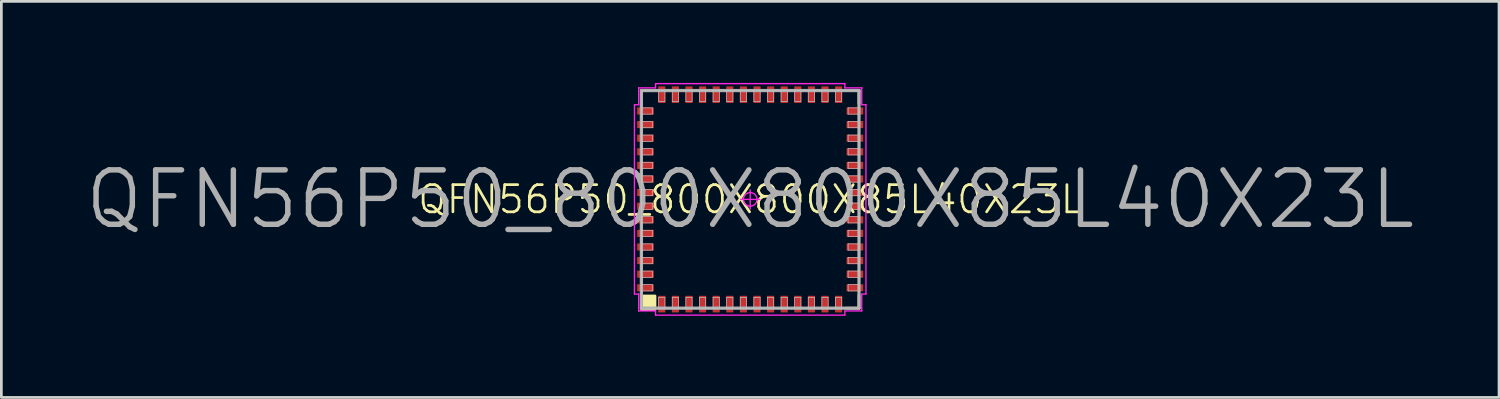
<source format=kicad_pcb>
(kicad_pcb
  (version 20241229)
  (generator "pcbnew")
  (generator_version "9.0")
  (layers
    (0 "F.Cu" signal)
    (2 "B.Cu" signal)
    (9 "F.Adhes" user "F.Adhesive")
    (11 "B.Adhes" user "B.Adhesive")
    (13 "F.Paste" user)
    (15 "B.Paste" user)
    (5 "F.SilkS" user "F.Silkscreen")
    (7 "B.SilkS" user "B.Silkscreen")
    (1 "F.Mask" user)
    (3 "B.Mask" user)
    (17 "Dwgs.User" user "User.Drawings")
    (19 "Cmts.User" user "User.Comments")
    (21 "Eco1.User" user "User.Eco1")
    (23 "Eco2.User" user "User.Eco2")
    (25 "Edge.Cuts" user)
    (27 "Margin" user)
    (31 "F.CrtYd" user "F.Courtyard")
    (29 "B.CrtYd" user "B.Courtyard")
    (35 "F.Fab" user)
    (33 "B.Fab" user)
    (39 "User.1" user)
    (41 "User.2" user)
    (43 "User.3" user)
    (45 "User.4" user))
  (footprint "QFN56P50_800X800X85L40X23L"
    (layer "F.Cu")
    (at 24.529 4.28)
    (property "Reference" "QFN56P50_800X800X85L40X23L" (at 0 0 0) (layer "F.SilkS") (effects (font (size 1 1) (thickness 0.1))))
    (attr smd)
    (fp_line (start -4 -4) (end -4 -3.53) (stroke (width 0.1) (type solid)) (layer "F.SilkS"))
    (fp_line (start -4 4) (end -4 3.53) (stroke (width 0.1) (type solid)) (layer "F.SilkS"))
    (fp_line (start -3.53 -4) (end -4 -4) (stroke (width 0.1) (type solid)) (layer "F.SilkS"))
    (fp_line (start -3.53 4) (end -4 4) (stroke (width 0.1) (type solid)) (layer "F.SilkS"))
    (fp_line (start 3.53 -4) (end 4 -4) (stroke (width 0.1) (type solid)) (layer "F.SilkS"))
    (fp_line (start 3.53 4) (end 4 4) (stroke (width 0.1) (type solid)) (layer "F.SilkS"))
    (fp_line (start 4 -4) (end 4 -3.53) (stroke (width 0.1) (type solid)) (layer "F.SilkS"))
    (fp_line (start 4 4) (end 4 3.53) (stroke (width 0.1) (type solid)) (layer "F.SilkS"))
    (fp_poly (pts (xy -3.5 4.05) (xy -4 4.05) (xy -4 3.55) (xy -3.5 3.55)) (stroke (width 0.1) (type solid)) (fill yes) (layer "F.SilkS"))
    (fp_line (start -4 -4) (end 4 -4) (stroke (width 0.025) (type solid)) (layer "Dwgs.User"))
    (fp_line (start -4 -3.365) (end -3.6 -3.365) (stroke (width 0.025) (type solid)) (layer "Dwgs.User"))
    (fp_line (start -4 -3.135) (end -4 -3.365) (stroke (width 0.025) (type solid)) (layer "Dwgs.User"))
    (fp_line (start -4 -2.865) (end -3.6 -2.865) (stroke (width 0.025) (type solid)) (layer "Dwgs.User"))
    (fp_line (start -4 -2.635) (end -4 -2.865) (stroke (width 0.025) (type solid)) (layer "Dwgs.User"))
    (fp_line (start -4 -2.365) (end -3.6 -2.365) (stroke (width 0.025) (type solid)) (layer "Dwgs.User"))
    (fp_line (start -4 -2.135) (end -4 -2.365) (stroke (width 0.025) (type solid)) (layer "Dwgs.User"))
    (fp_line (start -4 -1.865) (end -3.6 -1.865) (stroke (width 0.025) (type solid)) (layer "Dwgs.User"))
    (fp_line (start -4 -1.635) (end -4 -1.865) (stroke (width 0.025) (type solid)) (layer "Dwgs.User"))
    (fp_line (start -4 -1.365) (end -3.6 -1.365) (stroke (width 0.025) (type solid)) (layer "Dwgs.User"))
    (fp_line (start -4 -1.135) (end -4 -1.365) (stroke (width 0.025) (type solid)) (layer "Dwgs.User"))
    (fp_line (start -4 -0.865) (end -3.6 -0.865) (stroke (width 0.025) (type solid)) (layer "Dwgs.User"))
    (fp_line (start -4 -0.635) (end -4 -0.865) (stroke (width 0.025) (type solid)) (layer "Dwgs.User"))
    (fp_line (start -4 -0.365) (end -3.6 -0.365) (stroke (width 0.025) (type solid)) (layer "Dwgs.User"))
    (fp_line (start -4 -0.135) (end -4 -0.365) (stroke (width 0.025) (type solid)) (layer "Dwgs.User"))
    (fp_line (start -4 0.135) (end -3.6 0.135) (stroke (width 0.025) (type solid)) (layer "Dwgs.User"))
    (fp_line (start -4 0.365) (end -4 0.135) (stroke (width 0.025) (type solid)) (layer "Dwgs.User"))
    (fp_line (start -4 0.635) (end -3.6 0.635) (stroke (width 0.025) (type solid)) (layer "Dwgs.User"))
    (fp_line (start -4 0.865) (end -4 0.635) (stroke (width 0.025) (type solid)) (layer "Dwgs.User"))
    (fp_line (start -4 1.135) (end -3.6 1.135) (stroke (width 0.025) (type solid)) (layer "Dwgs.User"))
    (fp_line (start -4 1.365) (end -4 1.135) (stroke (width 0.025) (type solid)) (layer "Dwgs.User"))
    (fp_line (start -4 1.635) (end -3.6 1.635) (stroke (width 0.025) (type solid)) (layer "Dwgs.User"))
    (fp_line (start -4 1.865) (end -4 1.635) (stroke (width 0.025) (type solid)) (layer "Dwgs.User"))
    (fp_line (start -4 2.135) (end -3.6 2.135) (stroke (width 0.025) (type solid)) (layer "Dwgs.User"))
    (fp_line (start -4 2.365) (end -4 2.135) (stroke (width 0.025) (type solid)) (layer "Dwgs.User"))
    (fp_line (start -4 2.635) (end -3.6 2.635) (stroke (width 0.025) (type solid)) (layer "Dwgs.User"))
    (fp_line (start -4 2.865) (end -4 2.635) (stroke (width 0.025) (type solid)) (layer "Dwgs.User"))
    (fp_line (start -4 3.135) (end -3.6 3.135) (stroke (width 0.025) (type solid)) (layer "Dwgs.User"))
    (fp_line (start -4 3.365) (end -4 3.135) (stroke (width 0.025) (type solid)) (layer "Dwgs.User"))
    (fp_line (start -4 4) (end -4 -4) (stroke (width 0.025) (type solid)) (layer "Dwgs.User"))
    (fp_line (start -3.6 -3.365) (end -3.6 -3.135) (stroke (width 0.025) (type solid)) (layer "Dwgs.User"))
    (fp_line (start -3.6 -3.135) (end -4 -3.135) (stroke (width 0.025) (type solid)) (layer "Dwgs.User"))
    (fp_line (start -3.6 -2.865) (end -3.6 -2.635) (stroke (width 0.025) (type solid)) (layer "Dwgs.User"))
    (fp_line (start -3.6 -2.635) (end -4 -2.635) (stroke (width 0.025) (type solid)) (layer "Dwgs.User"))
    (fp_line (start -3.6 -2.365) (end -3.6 -2.135) (stroke (width 0.025) (type solid)) (layer "Dwgs.User"))
    (fp_line (start -3.6 -2.135) (end -4 -2.135) (stroke (width 0.025) (type solid)) (layer "Dwgs.User"))
    (fp_line (start -3.6 -1.865) (end -3.6 -1.635) (stroke (width 0.025) (type solid)) (layer "Dwgs.User"))
    (fp_line (start -3.6 -1.635) (end -4 -1.635) (stroke (width 0.025) (type solid)) (layer "Dwgs.User"))
    (fp_line (start -3.6 -1.365) (end -3.6 -1.135) (stroke (width 0.025) (type solid)) (layer "Dwgs.User"))
    (fp_line (start -3.6 -1.135) (end -4 -1.135) (stroke (width 0.025) (type solid)) (layer "Dwgs.User"))
    (fp_line (start -3.6 -0.865) (end -3.6 -0.635) (stroke (width 0.025) (type solid)) (layer "Dwgs.User"))
    (fp_line (start -3.6 -0.635) (end -4 -0.635) (stroke (width 0.025) (type solid)) (layer "Dwgs.User"))
    (fp_line (start -3.6 -0.365) (end -3.6 -0.135) (stroke (width 0.025) (type solid)) (layer "Dwgs.User"))
    (fp_line (start -3.6 -0.135) (end -4 -0.135) (stroke (width 0.025) (type solid)) (layer "Dwgs.User"))
    (fp_line (start -3.6 0.135) (end -3.6 0.365) (stroke (width 0.025) (type solid)) (layer "Dwgs.User"))
    (fp_line (start -3.6 0.365) (end -4 0.365) (stroke (width 0.025) (type solid)) (layer "Dwgs.User"))
    (fp_line (start -3.6 0.635) (end -3.6 0.865) (stroke (width 0.025) (type solid)) (layer "Dwgs.User"))
    (fp_line (start -3.6 0.865) (end -4 0.865) (stroke (width 0.025) (type solid)) (layer "Dwgs.User"))
    (fp_line (start -3.6 1.135) (end -3.6 1.365) (stroke (width 0.025) (type solid)) (layer "Dwgs.User"))
    (fp_line (start -3.6 1.365) (end -4 1.365) (stroke (width 0.025) (type solid)) (layer "Dwgs.User"))
    (fp_line (start -3.6 1.635) (end -3.6 1.865) (stroke (width 0.025) (type solid)) (layer "Dwgs.User"))
    (fp_line (start -3.6 1.865) (end -4 1.865) (stroke (width 0.025) (type solid)) (layer "Dwgs.User"))
    (fp_line (start -3.6 2.135) (end -3.6 2.365) (stroke (width 0.025) (type solid)) (layer "Dwgs.User"))
    (fp_line (start -3.6 2.365) (end -4 2.365) (stroke (width 0.025) (type solid)) (layer "Dwgs.User"))
    (fp_line (start -3.6 2.635) (end -3.6 2.865) (stroke (width 0.025) (type solid)) (layer "Dwgs.User"))
    (fp_line (start -3.6 2.865) (end -4 2.865) (stroke (width 0.025) (type solid)) (layer "Dwgs.User"))
    (fp_line (start -3.6 3.135) (end -3.6 3.365) (stroke (width 0.025) (type solid)) (layer "Dwgs.User"))
    (fp_line (start -3.6 3.365) (end -4 3.365) (stroke (width 0.025) (type solid)) (layer "Dwgs.User"))
    (fp_line (start -3.365 -4) (end -3.135 -4) (stroke (width 0.025) (type solid)) (layer "Dwgs.User"))
    (fp_line (start -3.365 -3.6) (end -3.365 -4) (stroke (width 0.025) (type solid)) (layer "Dwgs.User"))
    (fp_line (start -3.365 3.6) (end -3.135 3.6) (stroke (width 0.025) (type solid)) (layer "Dwgs.User"))
    (fp_line (start -3.365 4) (end -3.365 3.6) (stroke (width 0.025) (type solid)) (layer "Dwgs.User"))
    (fp_line (start -3.135 -4) (end -3.135 -3.6) (stroke (width 0.025) (type solid)) (layer "Dwgs.User"))
    (fp_line (start -3.135 -3.6) (end -3.365 -3.6) (stroke (width 0.025) (type solid)) (layer "Dwgs.User"))
    (fp_line (start -3.135 3.6) (end -3.135 4) (stroke (width 0.025) (type solid)) (layer "Dwgs.User"))
    (fp_line (start -3.135 4) (end -3.365 4) (stroke (width 0.025) (type solid)) (layer "Dwgs.User"))
    (fp_line (start -2.865 -4) (end -2.635 -4) (stroke (width 0.025) (type solid)) (layer "Dwgs.User"))
    (fp_line (start -2.865 -3.6) (end -2.865 -4) (stroke (width 0.025) (type solid)) (layer "Dwgs.User"))
    (fp_line (start -2.865 3.6) (end -2.635 3.6) (stroke (width 0.025) (type solid)) (layer "Dwgs.User"))
    (fp_line (start -2.865 4) (end -2.865 3.6) (stroke (width 0.025) (type solid)) (layer "Dwgs.User"))
    (fp_line (start -2.635 -4) (end -2.635 -3.6) (stroke (width 0.025) (type solid)) (layer "Dwgs.User"))
    (fp_line (start -2.635 -3.6) (end -2.865 -3.6) (stroke (width 0.025) (type solid)) (layer "Dwgs.User"))
    (fp_line (start -2.635 3.6) (end -2.635 4) (stroke (width 0.025) (type solid)) (layer "Dwgs.User"))
    (fp_line (start -2.635 4) (end -2.865 4) (stroke (width 0.025) (type solid)) (layer "Dwgs.User"))
    (fp_line (start -2.365 -4) (end -2.135 -4) (stroke (width 0.025) (type solid)) (layer "Dwgs.User"))
    (fp_line (start -2.365 -3.6) (end -2.365 -4) (stroke (width 0.025) (type solid)) (layer "Dwgs.User"))
    (fp_line (start -2.365 3.6) (end -2.135 3.6) (stroke (width 0.025) (type solid)) (layer "Dwgs.User"))
    (fp_line (start -2.365 4) (end -2.365 3.6) (stroke (width 0.025) (type solid)) (layer "Dwgs.User"))
    (fp_line (start -2.135 -4) (end -2.135 -3.6) (stroke (width 0.025) (type solid)) (layer "Dwgs.User"))
    (fp_line (start -2.135 -3.6) (end -2.365 -3.6) (stroke (width 0.025) (type solid)) (layer "Dwgs.User"))
    (fp_line (start -2.135 3.6) (end -2.135 4) (stroke (width 0.025) (type solid)) (layer "Dwgs.User"))
    (fp_line (start -2.135 4) (end -2.365 4) (stroke (width 0.025) (type solid)) (layer "Dwgs.User"))
    (fp_line (start -1.865 -4) (end -1.635 -4) (stroke (width 0.025) (type solid)) (layer "Dwgs.User"))
    (fp_line (start -1.865 -3.6) (end -1.865 -4) (stroke (width 0.025) (type solid)) (layer "Dwgs.User"))
    (fp_line (start -1.865 3.6) (end -1.635 3.6) (stroke (width 0.025) (type solid)) (layer "Dwgs.User"))
    (fp_line (start -1.865 4) (end -1.865 3.6) (stroke (width 0.025) (type solid)) (layer "Dwgs.User"))
    (fp_line (start -1.635 -4) (end -1.635 -3.6) (stroke (width 0.025) (type solid)) (layer "Dwgs.User"))
    (fp_line (start -1.635 -3.6) (end -1.865 -3.6) (stroke (width 0.025) (type solid)) (layer "Dwgs.User"))
    (fp_line (start -1.635 3.6) (end -1.635 4) (stroke (width 0.025) (type solid)) (layer "Dwgs.User"))
    (fp_line (start -1.635 4) (end -1.865 4) (stroke (width 0.025) (type solid)) (layer "Dwgs.User"))
    (fp_line (start -1.365 -4) (end -1.135 -4) (stroke (width 0.025) (type solid)) (layer "Dwgs.User"))
    (fp_line (start -1.365 -3.6) (end -1.365 -4) (stroke (width 0.025) (type solid)) (layer "Dwgs.User"))
    (fp_line (start -1.365 3.6) (end -1.135 3.6) (stroke (width 0.025) (type solid)) (layer "Dwgs.User"))
    (fp_line (start -1.365 4) (end -1.365 3.6) (stroke (width 0.025) (type solid)) (layer "Dwgs.User"))
    (fp_line (start -1.135 -4) (end -1.135 -3.6) (stroke (width 0.025) (type solid)) (layer "Dwgs.User"))
    (fp_line (start -1.135 -3.6) (end -1.365 -3.6) (stroke (width 0.025) (type solid)) (layer "Dwgs.User"))
    (fp_line (start -1.135 3.6) (end -1.135 4) (stroke (width 0.025) (type solid)) (layer "Dwgs.User"))
    (fp_line (start -1.135 4) (end -1.365 4) (stroke (width 0.025) (type solid)) (layer "Dwgs.User"))
    (fp_line (start -0.865 -4) (end -0.635 -4) (stroke (width 0.025) (type solid)) (layer "Dwgs.User"))
    (fp_line (start -0.865 -3.6) (end -0.865 -4) (stroke (width 0.025) (type solid)) (layer "Dwgs.User"))
    (fp_line (start -0.865 3.6) (end -0.635 3.6) (stroke (width 0.025) (type solid)) (layer "Dwgs.User"))
    (fp_line (start -0.865 4) (end -0.865 3.6) (stroke (width 0.025) (type solid)) (layer "Dwgs.User"))
    (fp_line (start -0.635 -4) (end -0.635 -3.6) (stroke (width 0.025) (type solid)) (layer "Dwgs.User"))
    (fp_line (start -0.635 -3.6) (end -0.865 -3.6) (stroke (width 0.025) (type solid)) (layer "Dwgs.User"))
    (fp_line (start -0.635 3.6) (end -0.635 4) (stroke (width 0.025) (type solid)) (layer "Dwgs.User"))
    (fp_line (start -0.635 4) (end -0.865 4) (stroke (width 0.025) (type solid)) (layer "Dwgs.User"))
    (fp_line (start -0.365 -4) (end -0.135 -4) (stroke (width 0.025) (type solid)) (layer "Dwgs.User"))
    (fp_line (start -0.365 -3.6) (end -0.365 -4) (stroke (width 0.025) (type solid)) (layer "Dwgs.User"))
    (fp_line (start -0.365 3.6) (end -0.135 3.6) (stroke (width 0.025) (type solid)) (layer "Dwgs.User"))
    (fp_line (start -0.365 4) (end -0.365 3.6) (stroke (width 0.025) (type solid)) (layer "Dwgs.User"))
    (fp_line (start -0.135 -4) (end -0.135 -3.6) (stroke (width 0.025) (type solid)) (layer "Dwgs.User"))
    (fp_line (start -0.135 -3.6) (end -0.365 -3.6) (stroke (width 0.025) (type solid)) (layer "Dwgs.User"))
    (fp_line (start -0.135 3.6) (end -0.135 4) (stroke (width 0.025) (type solid)) (layer "Dwgs.User"))
    (fp_line (start -0.135 4) (end -0.365 4) (stroke (width 0.025) (type solid)) (layer "Dwgs.User"))
    (fp_line (start 0.135 -4) (end 0.365 -4) (stroke (width 0.025) (type solid)) (layer "Dwgs.User"))
    (fp_line (start 0.135 -3.6) (end 0.135 -4) (stroke (width 0.025) (type solid)) (layer "Dwgs.User"))
    (fp_line (start 0.135 3.6) (end 0.365 3.6) (stroke (width 0.025) (type solid)) (layer "Dwgs.User"))
    (fp_line (start 0.135 4) (end 0.135 3.6) (stroke (width 0.025) (type solid)) (layer "Dwgs.User"))
    (fp_line (start 0.365 -4) (end 0.365 -3.6) (stroke (width 0.025) (type solid)) (layer "Dwgs.User"))
    (fp_line (start 0.365 -3.6) (end 0.135 -3.6) (stroke (width 0.025) (type solid)) (layer "Dwgs.User"))
    (fp_line (start 0.365 3.6) (end 0.365 4) (stroke (width 0.025) (type solid)) (layer "Dwgs.User"))
    (fp_line (start 0.365 4) (end 0.135 4) (stroke (width 0.025) (type solid)) (layer "Dwgs.User"))
    (fp_line (start 0.635 -4) (end 0.865 -4) (stroke (width 0.025) (type solid)) (layer "Dwgs.User"))
    (fp_line (start 0.635 -3.6) (end 0.635 -4) (stroke (width 0.025) (type solid)) (layer "Dwgs.User"))
    (fp_line (start 0.635 3.6) (end 0.865 3.6) (stroke (width 0.025) (type solid)) (layer "Dwgs.User"))
    (fp_line (start 0.635 4) (end 0.635 3.6) (stroke (width 0.025) (type solid)) (layer "Dwgs.User"))
    (fp_line (start 0.865 -4) (end 0.865 -3.6) (stroke (width 0.025) (type solid)) (layer "Dwgs.User"))
    (fp_line (start 0.865 -3.6) (end 0.635 -3.6) (stroke (width 0.025) (type solid)) (layer "Dwgs.User"))
    (fp_line (start 0.865 3.6) (end 0.865 4) (stroke (width 0.025) (type solid)) (layer "Dwgs.User"))
    (fp_line (start 0.865 4) (end 0.635 4) (stroke (width 0.025) (type solid)) (layer "Dwgs.User"))
    (fp_line (start 1.135 -4) (end 1.365 -4) (stroke (width 0.025) (type solid)) (layer "Dwgs.User"))
    (fp_line (start 1.135 -3.6) (end 1.135 -4) (stroke (width 0.025) (type solid)) (layer "Dwgs.User"))
    (fp_line (start 1.135 3.6) (end 1.365 3.6) (stroke (width 0.025) (type solid)) (layer "Dwgs.User"))
    (fp_line (start 1.135 4) (end 1.135 3.6) (stroke (width 0.025) (type solid)) (layer "Dwgs.User"))
    (fp_line (start 1.365 -4) (end 1.365 -3.6) (stroke (width 0.025) (type solid)) (layer "Dwgs.User"))
    (fp_line (start 1.365 -3.6) (end 1.135 -3.6) (stroke (width 0.025) (type solid)) (layer "Dwgs.User"))
    (fp_line (start 1.365 3.6) (end 1.365 4) (stroke (width 0.025) (type solid)) (layer "Dwgs.User"))
    (fp_line (start 1.365 4) (end 1.135 4) (stroke (width 0.025) (type solid)) (layer "Dwgs.User"))
    (fp_line (start 1.635 -4) (end 1.865 -4) (stroke (width 0.025) (type solid)) (layer "Dwgs.User"))
    (fp_line (start 1.635 -3.6) (end 1.635 -4) (stroke (width 0.025) (type solid)) (layer "Dwgs.User"))
    (fp_line (start 1.635 3.6) (end 1.865 3.6) (stroke (width 0.025) (type solid)) (layer "Dwgs.User"))
    (fp_line (start 1.635 4) (end 1.635 3.6) (stroke (width 0.025) (type solid)) (layer "Dwgs.User"))
    (fp_line (start 1.865 -4) (end 1.865 -3.6) (stroke (width 0.025) (type solid)) (layer "Dwgs.User"))
    (fp_line (start 1.865 -3.6) (end 1.635 -3.6) (stroke (width 0.025) (type solid)) (layer "Dwgs.User"))
    (fp_line (start 1.865 3.6) (end 1.865 4) (stroke (width 0.025) (type solid)) (layer "Dwgs.User"))
    (fp_line (start 1.865 4) (end 1.635 4) (stroke (width 0.025) (type solid)) (layer "Dwgs.User"))
    (fp_line (start 2.135 -4) (end 2.365 -4) (stroke (width 0.025) (type solid)) (layer "Dwgs.User"))
    (fp_line (start 2.135 -3.6) (end 2.135 -4) (stroke (width 0.025) (type solid)) (layer "Dwgs.User"))
    (fp_line (start 2.135 3.6) (end 2.365 3.6) (stroke (width 0.025) (type solid)) (layer "Dwgs.User"))
    (fp_line (start 2.135 4) (end 2.135 3.6) (stroke (width 0.025) (type solid)) (layer "Dwgs.User"))
    (fp_line (start 2.365 -4) (end 2.365 -3.6) (stroke (width 0.025) (type solid)) (layer "Dwgs.User"))
    (fp_line (start 2.365 -3.6) (end 2.135 -3.6) (stroke (width 0.025) (type solid)) (layer "Dwgs.User"))
    (fp_line (start 2.365 3.6) (end 2.365 4) (stroke (width 0.025) (type solid)) (layer "Dwgs.User"))
    (fp_line (start 2.365 4) (end 2.135 4) (stroke (width 0.025) (type solid)) (layer "Dwgs.User"))
    (fp_line (start 2.635 -4) (end 2.865 -4) (stroke (width 0.025) (type solid)) (layer "Dwgs.User"))
    (fp_line (start 2.635 -3.6) (end 2.635 -4) (stroke (width 0.025) (type solid)) (layer "Dwgs.User"))
    (fp_line (start 2.635 3.6) (end 2.865 3.6) (stroke (width 0.025) (type solid)) (layer "Dwgs.User"))
    (fp_line (start 2.635 4) (end 2.635 3.6) (stroke (width 0.025) (type solid)) (layer "Dwgs.User"))
    (fp_line (start 2.865 -4) (end 2.865 -3.6) (stroke (width 0.025) (type solid)) (layer "Dwgs.User"))
    (fp_line (start 2.865 -3.6) (end 2.635 -3.6) (stroke (width 0.025) (type solid)) (layer "Dwgs.User"))
    (fp_line (start 2.865 3.6) (end 2.865 4) (stroke (width 0.025) (type solid)) (layer "Dwgs.User"))
    (fp_line (start 2.865 4) (end 2.635 4) (stroke (width 0.025) (type solid)) (layer "Dwgs.User"))
    (fp_line (start 3.135 -4) (end 3.365 -4) (stroke (width 0.025) (type solid)) (layer "Dwgs.User"))
    (fp_line (start 3.135 -3.6) (end 3.135 -4) (stroke (width 0.025) (type solid)) (layer "Dwgs.User"))
    (fp_line (start 3.135 3.6) (end 3.365 3.6) (stroke (width 0.025) (type solid)) (layer "Dwgs.User"))
    (fp_line (start 3.135 4) (end 3.135 3.6) (stroke (width 0.025) (type solid)) (layer "Dwgs.User"))
    (fp_line (start 3.365 -4) (end 3.365 -3.6) (stroke (width 0.025) (type solid)) (layer "Dwgs.User"))
    (fp_line (start 3.365 -3.6) (end 3.135 -3.6) (stroke (width 0.025) (type solid)) (layer "Dwgs.User"))
    (fp_line (start 3.365 3.6) (end 3.365 4) (stroke (width 0.025) (type solid)) (layer "Dwgs.User"))
    (fp_line (start 3.365 4) (end 3.135 4) (stroke (width 0.025) (type solid)) (layer "Dwgs.User"))
    (fp_line (start 3.6 -3.365) (end 4 -3.365) (stroke (width 0.025) (type solid)) (layer "Dwgs.User"))
    (fp_line (start 3.6 -3.135) (end 3.6 -3.365) (stroke (width 0.025) (type solid)) (layer "Dwgs.User"))
    (fp_line (start 3.6 -2.865) (end 4 -2.865) (stroke (width 0.025) (type solid)) (layer "Dwgs.User"))
    (fp_line (start 3.6 -2.635) (end 3.6 -2.865) (stroke (width 0.025) (type solid)) (layer "Dwgs.User"))
    (fp_line (start 3.6 -2.365) (end 4 -2.365) (stroke (width 0.025) (type solid)) (layer "Dwgs.User"))
    (fp_line (start 3.6 -2.135) (end 3.6 -2.365) (stroke (width 0.025) (type solid)) (layer "Dwgs.User"))
    (fp_line (start 3.6 -1.865) (end 4 -1.865) (stroke (width 0.025) (type solid)) (layer "Dwgs.User"))
    (fp_line (start 3.6 -1.635) (end 3.6 -1.865) (stroke (width 0.025) (type solid)) (layer "Dwgs.User"))
    (fp_line (start 3.6 -1.365) (end 4 -1.365) (stroke (width 0.025) (type solid)) (layer "Dwgs.User"))
    (fp_line (start 3.6 -1.135) (end 3.6 -1.365) (stroke (width 0.025) (type solid)) (layer "Dwgs.User"))
    (fp_line (start 3.6 -0.865) (end 4 -0.865) (stroke (width 0.025) (type solid)) (layer "Dwgs.User"))
    (fp_line (start 3.6 -0.635) (end 3.6 -0.865) (stroke (width 0.025) (type solid)) (layer "Dwgs.User"))
    (fp_line (start 3.6 -0.365) (end 4 -0.365) (stroke (width 0.025) (type solid)) (layer "Dwgs.User"))
    (fp_line (start 3.6 -0.135) (end 3.6 -0.365) (stroke (width 0.025) (type solid)) (layer "Dwgs.User"))
    (fp_line (start 3.6 0.135) (end 4 0.135) (stroke (width 0.025) (type solid)) (layer "Dwgs.User"))
    (fp_line (start 3.6 0.365) (end 3.6 0.135) (stroke (width 0.025) (type solid)) (layer "Dwgs.User"))
    (fp_line (start 3.6 0.635) (end 4 0.635) (stroke (width 0.025) (type solid)) (layer "Dwgs.User"))
    (fp_line (start 3.6 0.865) (end 3.6 0.635) (stroke (width 0.025) (type solid)) (layer "Dwgs.User"))
    (fp_line (start 3.6 1.135) (end 4 1.135) (stroke (width 0.025) (type solid)) (layer "Dwgs.User"))
    (fp_line (start 3.6 1.365) (end 3.6 1.135) (stroke (width 0.025) (type solid)) (layer "Dwgs.User"))
    (fp_line (start 3.6 1.635) (end 4 1.635) (stroke (width 0.025) (type solid)) (layer "Dwgs.User"))
    (fp_line (start 3.6 1.865) (end 3.6 1.635) (stroke (width 0.025) (type solid)) (layer "Dwgs.User"))
    (fp_line (start 3.6 2.135) (end 4 2.135) (stroke (width 0.025) (type solid)) (layer "Dwgs.User"))
    (fp_line (start 3.6 2.365) (end 3.6 2.135) (stroke (width 0.025) (type solid)) (layer "Dwgs.User"))
    (fp_line (start 3.6 2.635) (end 4 2.635) (stroke (width 0.025) (type solid)) (layer "Dwgs.User"))
    (fp_line (start 3.6 2.865) (end 3.6 2.635) (stroke (width 0.025) (type solid)) (layer "Dwgs.User"))
    (fp_line (start 3.6 3.135) (end 4 3.135) (stroke (width 0.025) (type solid)) (layer "Dwgs.User"))
    (fp_line (start 3.6 3.365) (end 3.6 3.135) (stroke (width 0.025) (type solid)) (layer "Dwgs.User"))
    (fp_line (start 4 -4) (end 4 4) (stroke (width 0.025) (type solid)) (layer "Dwgs.User"))
    (fp_line (start 4 -3.365) (end 4 -3.135) (stroke (width 0.025) (type solid)) (layer "Dwgs.User"))
    (fp_line (start 4 -3.135) (end 3.6 -3.135) (stroke (width 0.025) (type solid)) (layer "Dwgs.User"))
    (fp_line (start 4 -2.865) (end 4 -2.635) (stroke (width 0.025) (type solid)) (layer "Dwgs.User"))
    (fp_line (start 4 -2.635) (end 3.6 -2.635) (stroke (width 0.025) (type solid)) (layer "Dwgs.User"))
    (fp_line (start 4 -2.365) (end 4 -2.135) (stroke (width 0.025) (type solid)) (layer "Dwgs.User"))
    (fp_line (start 4 -2.135) (end 3.6 -2.135) (stroke (width 0.025) (type solid)) (layer "Dwgs.User"))
    (fp_line (start 4 -1.865) (end 4 -1.635) (stroke (width 0.025) (type solid)) (layer "Dwgs.User"))
    (fp_line (start 4 -1.635) (end 3.6 -1.635) (stroke (width 0.025) (type solid)) (layer "Dwgs.User"))
    (fp_line (start 4 -1.365) (end 4 -1.135) (stroke (width 0.025) (type solid)) (layer "Dwgs.User"))
    (fp_line (start 4 -1.135) (end 3.6 -1.135) (stroke (width 0.025) (type solid)) (layer "Dwgs.User"))
    (fp_line (start 4 -0.865) (end 4 -0.635) (stroke (width 0.025) (type solid)) (layer "Dwgs.User"))
    (fp_line (start 4 -0.635) (end 3.6 -0.635) (stroke (width 0.025) (type solid)) (layer "Dwgs.User"))
    (fp_line (start 4 -0.365) (end 4 -0.135) (stroke (width 0.025) (type solid)) (layer "Dwgs.User"))
    (fp_line (start 4 -0.135) (end 3.6 -0.135) (stroke (width 0.025) (type solid)) (layer "Dwgs.User"))
    (fp_line (start 4 0.135) (end 4 0.365) (stroke (width 0.025) (type solid)) (layer "Dwgs.User"))
    (fp_line (start 4 0.365) (end 3.6 0.365) (stroke (width 0.025) (type solid)) (layer "Dwgs.User"))
    (fp_line (start 4 0.635) (end 4 0.865) (stroke (width 0.025) (type solid)) (layer "Dwgs.User"))
    (fp_line (start 4 0.865) (end 3.6 0.865) (stroke (width 0.025) (type solid)) (layer "Dwgs.User"))
    (fp_line (start 4 1.135) (end 4 1.365) (stroke (width 0.025) (type solid)) (layer "Dwgs.User"))
    (fp_line (start 4 1.365) (end 3.6 1.365) (stroke (width 0.025) (type solid)) (layer "Dwgs.User"))
    (fp_line (start 4 1.635) (end 4 1.865) (stroke (width 0.025) (type solid)) (layer "Dwgs.User"))
    (fp_line (start 4 1.865) (end 3.6 1.865) (stroke (width 0.025) (type solid)) (layer "Dwgs.User"))
    (fp_line (start 4 2.135) (end 4 2.365) (stroke (width 0.025) (type solid)) (layer "Dwgs.User"))
    (fp_line (start 4 2.365) (end 3.6 2.365) (stroke (width 0.025) (type solid)) (layer "Dwgs.User"))
    (fp_line (start 4 2.635) (end 4 2.865) (stroke (width 0.025) (type solid)) (layer "Dwgs.User"))
    (fp_line (start 4 2.865) (end 3.6 2.865) (stroke (width 0.025) (type solid)) (layer "Dwgs.User"))
    (fp_line (start 4 3.135) (end 4 3.365) (stroke (width 0.025) (type solid)) (layer "Dwgs.User"))
    (fp_line (start 4 3.365) (end 3.6 3.365) (stroke (width 0.025) (type solid)) (layer "Dwgs.User"))
    (fp_line (start 4 4) (end -4 4) (stroke (width 0.025) (type solid)) (layer "Dwgs.User"))
    (fp_line (start -4.255 -3.48) (end -4.255 3.48) (stroke (width 0.05) (type solid)) (layer "F.CrtYd"))
    (fp_line (start -4.255 3.48) (end -4.1 3.48) (stroke (width 0.05) (type solid)) (layer "F.CrtYd"))
    (fp_line (start -4.1 -4.1) (end -4.1 -3.48) (stroke (width 0.05) (type solid)) (layer "F.CrtYd"))
    (fp_line (start -4.1 -3.48) (end -4.255 -3.48) (stroke (width 0.05) (type solid)) (layer "F.CrtYd"))
    (fp_line (start -4.1 3.48) (end -4.1 4.1) (stroke (width 0.05) (type solid)) (layer "F.CrtYd"))
    (fp_line (start -4.1 4.1) (end -3.48 4.1) (stroke (width 0.05) (type solid)) (layer "F.CrtYd"))
    (fp_line (start -3.48 -4.255) (end -3.48 -4.1) (stroke (width 0.05) (type solid)) (layer "F.CrtYd"))
    (fp_line (start -3.48 -4.1) (end -4.1 -4.1) (stroke (width 0.05) (type solid)) (layer "F.CrtYd"))
    (fp_line (start -3.48 4.1) (end -3.48 4.255) (stroke (width 0.05) (type solid)) (layer "F.CrtYd"))
    (fp_line (start -3.48 4.255) (end 3.48 4.255) (stroke (width 0.05) (type solid)) (layer "F.CrtYd"))
    (fp_line (start -0.35 0) (end 0.35 0) (stroke (width 0.05) (type solid)) (layer "F.CrtYd"))
    (fp_line (start 0 -0.35) (end 0 0.35) (stroke (width 0.05) (type solid)) (layer "F.CrtYd"))
    (fp_line (start 3.48 -4.255) (end -3.48 -4.255) (stroke (width 0.05) (type solid)) (layer "F.CrtYd"))
    (fp_line (start 3.48 -4.1) (end 3.48 -4.255) (stroke (width 0.05) (type solid)) (layer "F.CrtYd"))
    (fp_line (start 3.48 4.1) (end 4.1 4.1) (stroke (width 0.05) (type solid)) (layer "F.CrtYd"))
    (fp_line (start 3.48 4.255) (end 3.48 4.1) (stroke (width 0.05) (type solid)) (layer "F.CrtYd"))
    (fp_line (start 4.1 -4.1) (end 3.48 -4.1) (stroke (width 0.05) (type solid)) (layer "F.CrtYd"))
    (fp_line (start 4.1 -3.48) (end 4.1 -4.1) (stroke (width 0.05) (type solid)) (layer "F.CrtYd"))
    (fp_line (start 4.1 3.48) (end 4.255 3.48) (stroke (width 0.05) (type solid)) (layer "F.CrtYd"))
    (fp_line (start 4.1 4.1) (end 4.1 3.48) (stroke (width 0.05) (type solid)) (layer "F.CrtYd"))
    (fp_line (start 4.255 -3.48) (end 4.1 -3.48) (stroke (width 0.05) (type solid)) (layer "F.CrtYd"))
    (fp_line (start 4.255 3.48) (end 4.255 -3.48) (stroke (width 0.05) (type solid)) (layer "F.CrtYd"))
    (fp_circle (center 0 0) (end 0 0.25) (stroke (width 0.05) (type solid)) (fill no) (layer "F.CrtYd"))
    (fp_line (start -4 -4) (end 4 -4) (stroke (width 0.12) (type solid)) (layer "F.Fab"))
    (fp_line (start -4 4) (end -4 -4) (stroke (width 0.12) (type solid)) (layer "F.Fab"))
    (fp_line (start 4 -4) (end 4 4) (stroke (width 0.12) (type solid)) (layer "F.Fab"))
    (fp_line (start 4 4) (end -4 4) (stroke (width 0.12) (type solid)) (layer "F.Fab"))
    (fp_text user "${REFERENCE}" (at 0 0 0) (layer "F.Fab") (effects (font (size 2 2) (thickness 0.2))))
    (pad "1" smd rect (at -3.25 3.85 90) (size 0.61 0.26) (layers "F.Cu" "F.Mask" "F.Paste"))
    (pad "2" smd rect (at -2.75 3.85 90) (size 0.61 0.26) (layers "F.Cu" "F.Mask" "F.Paste"))
    (pad "3" smd rect (at -2.25 3.85 90) (size 0.61 0.26) (layers "F.Cu" "F.Mask" "F.Paste"))
    (pad "4" smd rect (at -1.75 3.85 90) (size 0.61 0.26) (layers "F.Cu" "F.Mask" "F.Paste"))
    (pad "5" smd rect (at -1.25 3.85 90) (size 0.61 0.26) (layers "F.Cu" "F.Mask" "F.Paste"))
    (pad "6" smd rect (at -0.75 3.85 90) (size 0.61 0.26) (layers "F.Cu" "F.Mask" "F.Paste"))
    (pad "7" smd rect (at -0.25 3.85 90) (size 0.61 0.26) (layers "F.Cu" "F.Mask" "F.Paste"))
    (pad "8" smd rect (at 0.25 3.85 90) (size 0.61 0.26) (layers "F.Cu" "F.Mask" "F.Paste"))
    (pad "9" smd rect (at 0.75 3.85 90) (size 0.61 0.26) (layers "F.Cu" "F.Mask" "F.Paste"))
    (pad "10" smd rect (at 1.25 3.85 90) (size 0.61 0.26) (layers "F.Cu" "F.Mask" "F.Paste"))
    (pad "11" smd rect (at 1.75 3.85 90) (size 0.61 0.26) (layers "F.Cu" "F.Mask" "F.Paste"))
    (pad "12" smd rect (at 2.25 3.85 90) (size 0.61 0.26) (layers "F.Cu" "F.Mask" "F.Paste"))
    (pad "13" smd rect (at 2.75 3.85 90) (size 0.61 0.26) (layers "F.Cu" "F.Mask" "F.Paste"))
    (pad "14" smd rect (at 3.25 3.85 90) (size 0.61 0.26) (layers "F.Cu" "F.Mask" "F.Paste"))
    (pad "15" smd rect (at 3.85 3.25) (size 0.61 0.26) (layers "F.Cu" "F.Mask" "F.Paste"))
    (pad "16" smd rect (at 3.85 2.75) (size 0.61 0.26) (layers "F.Cu" "F.Mask" "F.Paste"))
    (pad "17" smd rect (at 3.85 2.25) (size 0.61 0.26) (layers "F.Cu" "F.Mask" "F.Paste"))
    (pad "18" smd rect (at 3.85 1.75) (size 0.61 0.26) (layers "F.Cu" "F.Mask" "F.Paste"))
    (pad "19" smd rect (at 3.85 1.25) (size 0.61 0.26) (layers "F.Cu" "F.Mask" "F.Paste"))
    (pad "20" smd rect (at 3.85 0.75) (size 0.61 0.26) (layers "F.Cu" "F.Mask" "F.Paste"))
    (pad "21" smd rect (at 3.85 0.25) (size 0.61 0.26) (layers "F.Cu" "F.Mask" "F.Paste"))
    (pad "22" smd rect (at 3.85 -0.25) (size 0.61 0.26) (layers "F.Cu" "F.Mask" "F.Paste"))
    (pad "23" smd rect (at 3.85 -0.75) (size 0.61 0.26) (layers "F.Cu" "F.Mask" "F.Paste"))
    (pad "24" smd rect (at 3.85 -1.25) (size 0.61 0.26) (layers "F.Cu" "F.Mask" "F.Paste"))
    (pad "25" smd rect (at 3.85 -1.75) (size 0.61 0.26) (layers "F.Cu" "F.Mask" "F.Paste"))
    (pad "26" smd rect (at 3.85 -2.25) (size 0.61 0.26) (layers "F.Cu" "F.Mask" "F.Paste"))
    (pad "27" smd rect (at 3.85 -2.75) (size 0.61 0.26) (layers "F.Cu" "F.Mask" "F.Paste"))
    (pad "28" smd rect (at 3.85 -3.25) (size 0.61 0.26) (layers "F.Cu" "F.Mask" "F.Paste"))
    (pad "29" smd rect (at 3.25 -3.85 90) (size 0.61 0.26) (layers "F.Cu" "F.Mask" "F.Paste"))
    (pad "30" smd rect (at 2.75 -3.85 90) (size 0.61 0.26) (layers "F.Cu" "F.Mask" "F.Paste"))
    (pad "31" smd rect (at 2.25 -3.85 90) (size 0.61 0.26) (layers "F.Cu" "F.Mask" "F.Paste"))
    (pad "32" smd rect (at 1.75 -3.85 90) (size 0.61 0.26) (layers "F.Cu" "F.Mask" "F.Paste"))
    (pad "33" smd rect (at 1.25 -3.85 90) (size 0.61 0.26) (layers "F.Cu" "F.Mask" "F.Paste"))
    (pad "34" smd rect (at 0.75 -3.85 90) (size 0.61 0.26) (layers "F.Cu" "F.Mask" "F.Paste"))
    (pad "35" smd rect (at 0.25 -3.85 90) (size 0.61 0.26) (layers "F.Cu" "F.Mask" "F.Paste"))
    (pad "36" smd rect (at -0.25 -3.85 90) (size 0.61 0.26) (layers "F.Cu" "F.Mask" "F.Paste"))
    (pad "37" smd rect (at -0.75 -3.85 90) (size 0.61 0.26) (layers "F.Cu" "F.Mask" "F.Paste"))
    (pad "38" smd rect (at -1.25 -3.85 90) (size 0.61 0.26) (layers "F.Cu" "F.Mask" "F.Paste"))
    (pad "39" smd rect (at -1.75 -3.85 90) (size 0.61 0.26) (layers "F.Cu" "F.Mask" "F.Paste"))
    (pad "40" smd rect (at -2.25 -3.85 90) (size 0.61 0.26) (layers "F.Cu" "F.Mask" "F.Paste"))
    (pad "41" smd rect (at -2.75 -3.85 90) (size 0.61 0.26) (layers "F.Cu" "F.Mask" "F.Paste"))
    (pad "42" smd rect (at -3.25 -3.85 90) (size 0.61 0.26) (layers "F.Cu" "F.Mask" "F.Paste"))
    (pad "43" smd rect (at -3.85 -3.25) (size 0.61 0.26) (layers "F.Cu" "F.Mask" "F.Paste"))
    (pad "44" smd rect (at -3.85 -2.75) (size 0.61 0.26) (layers "F.Cu" "F.Mask" "F.Paste"))
    (pad "45" smd rect (at -3.85 -2.25) (size 0.61 0.26) (layers "F.Cu" "F.Mask" "F.Paste"))
    (pad "46" smd rect (at -3.85 -1.75) (size 0.61 0.26) (layers "F.Cu" "F.Mask" "F.Paste"))
    (pad "47" smd rect (at -3.85 -1.25) (size 0.61 0.26) (layers "F.Cu" "F.Mask" "F.Paste"))
    (pad "48" smd rect (at -3.85 -0.75) (size 0.61 0.26) (layers "F.Cu" "F.Mask" "F.Paste"))
    (pad "49" smd rect (at -3.85 -0.25) (size 0.61 0.26) (layers "F.Cu" "F.Mask" "F.Paste"))
    (pad "50" smd rect (at -3.85 0.25) (size 0.61 0.26) (layers "F.Cu" "F.Mask" "F.Paste"))
    (pad "51" smd rect (at -3.85 0.75) (size 0.61 0.26) (layers "F.Cu" "F.Mask" "F.Paste"))
    (pad "52" smd rect (at -3.85 1.25) (size 0.61 0.26) (layers "F.Cu" "F.Mask" "F.Paste"))
    (pad "53" smd rect (at -3.85 1.75) (size 0.61 0.26) (layers "F.Cu" "F.Mask" "F.Paste"))
    (pad "54" smd rect (at -3.85 2.25) (size 0.61 0.26) (layers "F.Cu" "F.Mask" "F.Paste"))
    (pad "55" smd rect (at -3.85 2.75) (size 0.61 0.26) (layers "F.Cu" "F.Mask" "F.Paste"))
    (pad "56" smd rect (at -3.85 3.25) (size 0.61 0.26) (layers "F.Cu" "F.Mask" "F.Paste")))
  (gr_rect
    (start -3 -3)
    (end 52.057 11.56)
    (stroke (width 0.1) (type default))
    (fill no)
    (layer "Edge.Cuts")))
</source>
